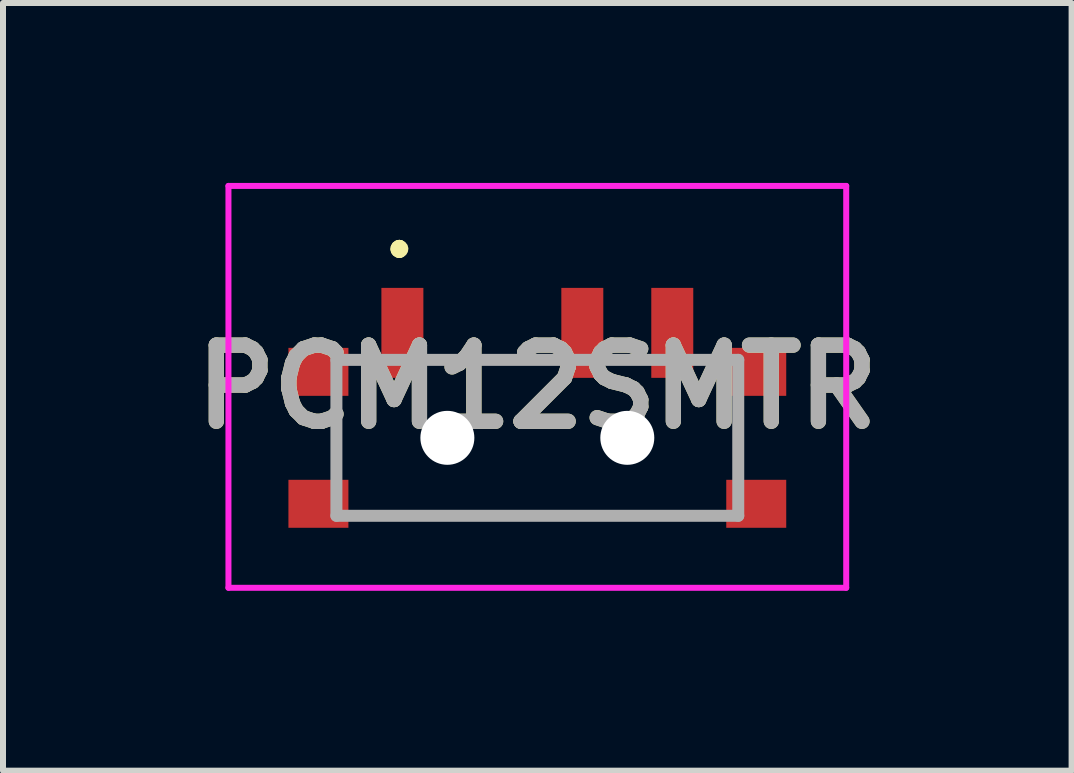
<source format=kicad_pcb>
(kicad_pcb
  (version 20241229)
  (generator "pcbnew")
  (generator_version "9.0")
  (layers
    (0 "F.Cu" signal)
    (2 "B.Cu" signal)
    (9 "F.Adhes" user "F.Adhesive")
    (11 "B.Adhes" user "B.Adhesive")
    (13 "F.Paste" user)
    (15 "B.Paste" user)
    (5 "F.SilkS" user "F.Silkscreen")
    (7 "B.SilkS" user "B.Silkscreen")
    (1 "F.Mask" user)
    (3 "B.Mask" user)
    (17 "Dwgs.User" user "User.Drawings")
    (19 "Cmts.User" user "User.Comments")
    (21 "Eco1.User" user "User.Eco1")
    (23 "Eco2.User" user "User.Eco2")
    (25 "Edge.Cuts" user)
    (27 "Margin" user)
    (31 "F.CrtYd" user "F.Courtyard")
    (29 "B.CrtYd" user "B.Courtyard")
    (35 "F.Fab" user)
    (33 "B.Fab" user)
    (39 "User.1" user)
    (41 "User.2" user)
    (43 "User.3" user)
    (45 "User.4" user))
  (footprint "PCM12SMTR"
    (layer "F.Cu")
    (at 5.909 4.25)
    (property "Reference" "PCM12SMTR" (at 0 -0.85 0) (layer "F.SilkS") (effects (font (size 1.27 1.27) (thickness 0.254))))
    (attr through_hole)
    (fp_line (start -2.9 1.3) (end 2.9 1.3) (stroke (width 0.1) (type solid)) (layer "F.SilkS"))
    (fp_line (start -2.3 -3.2) (end -2.3 -3.2) (stroke (width 0.2) (type solid)) (layer "F.SilkS"))
    (fp_line (start -2.3 -3.2) (end -2.3 -3.2) (stroke (width 0.2) (type solid)) (layer "F.SilkS"))
    (fp_line (start -2.3 -3.1) (end -2.3 -3.1) (stroke (width 0.2) (type solid)) (layer "F.SilkS"))
    (fp_arc (start -2.3 -3.2) (mid -2.25 -3.15) (end -2.3 -3.1) (stroke (width 0.2) (type solid)) (layer "F.SilkS"))
    (fp_arc (start -2.3 -3.1) (mid -2.35 -3.15) (end -2.3 -3.2) (stroke (width 0.2) (type solid)) (layer "F.SilkS"))
    (fp_arc (start -2.3 -3.1) (mid -2.35 -3.15) (end -2.3 -3.2) (stroke (width 0.2) (type solid)) (layer "F.SilkS"))
    (fp_line (start -5.15 -4.2) (end 5.15 -4.2) (stroke (width 0.1) (type solid)) (layer "F.CrtYd"))
    (fp_line (start -5.15 2.5) (end -5.15 -4.2) (stroke (width 0.1) (type solid)) (layer "F.CrtYd"))
    (fp_line (start 5.15 -4.2) (end 5.15 2.5) (stroke (width 0.1) (type solid)) (layer "F.CrtYd"))
    (fp_line (start 5.15 2.5) (end -5.15 2.5) (stroke (width 0.1) (type solid)) (layer "F.CrtYd"))
    (fp_line (start -3.35 -1.3) (end -3.35 1.3) (stroke (width 0.2) (type solid)) (layer "F.Fab"))
    (fp_line (start -3.35 1.3) (end 3.35 1.3) (stroke (width 0.2) (type solid)) (layer "F.Fab"))
    (fp_line (start 3.35 -1.3) (end -3.35 -1.3) (stroke (width 0.2) (type solid)) (layer "F.Fab"))
    (fp_line (start 3.35 1.3) (end 3.35 -1.3) (stroke (width 0.2) (type solid)) (layer "F.Fab"))
    (fp_text user "${REFERENCE}" (at 0 -0.85 0) (layer "F.Fab") (effects (font (size 1.27 1.27) (thickness 0.254))))
    (pad "" np_thru_hole circle (at -1.5 0) (size 0.9 0.9) (drill 0.9) (layers "*.Cu" "*.Mask"))
    (pad "" np_thru_hole circle (at 1.5 0) (size 0.9 0.9) (drill 0.9) (layers "*.Cu" "*.Mask"))
    (pad "1" smd rect (at -2.25 -1.75) (size 0.7 1.5) (layers "F.Cu" "F.Mask" "F.Paste"))
    (pad "2" smd rect (at 0.75 -1.75) (size 0.7 1.5) (layers "F.Cu" "F.Mask" "F.Paste"))
    (pad "3" smd rect (at 2.25 -1.75) (size 0.7 1.5) (layers "F.Cu" "F.Mask" "F.Paste"))
    (pad "MP1" smd rect (at -3.65 -1.1 90) (size 0.8 1) (layers "F.Cu" "F.Mask" "F.Paste"))
    (pad "MP2" smd rect (at -3.65 1.1 90) (size 0.8 1) (layers "F.Cu" "F.Mask" "F.Paste"))
    (pad "MP3" smd rect (at 3.65 1.1 90) (size 0.8 1) (layers "F.Cu" "F.Mask" "F.Paste"))
    (pad "MP4" smd rect (at 3.65 -1.1 90) (size 0.8 1) (layers "F.Cu" "F.Mask" "F.Paste")))
  (gr_rect
    (start -3 -3)
    (end 14.817 9.8)
    (stroke (width 0.1) (type default))
    (fill no)
    (layer "Edge.Cuts")))
</source>
